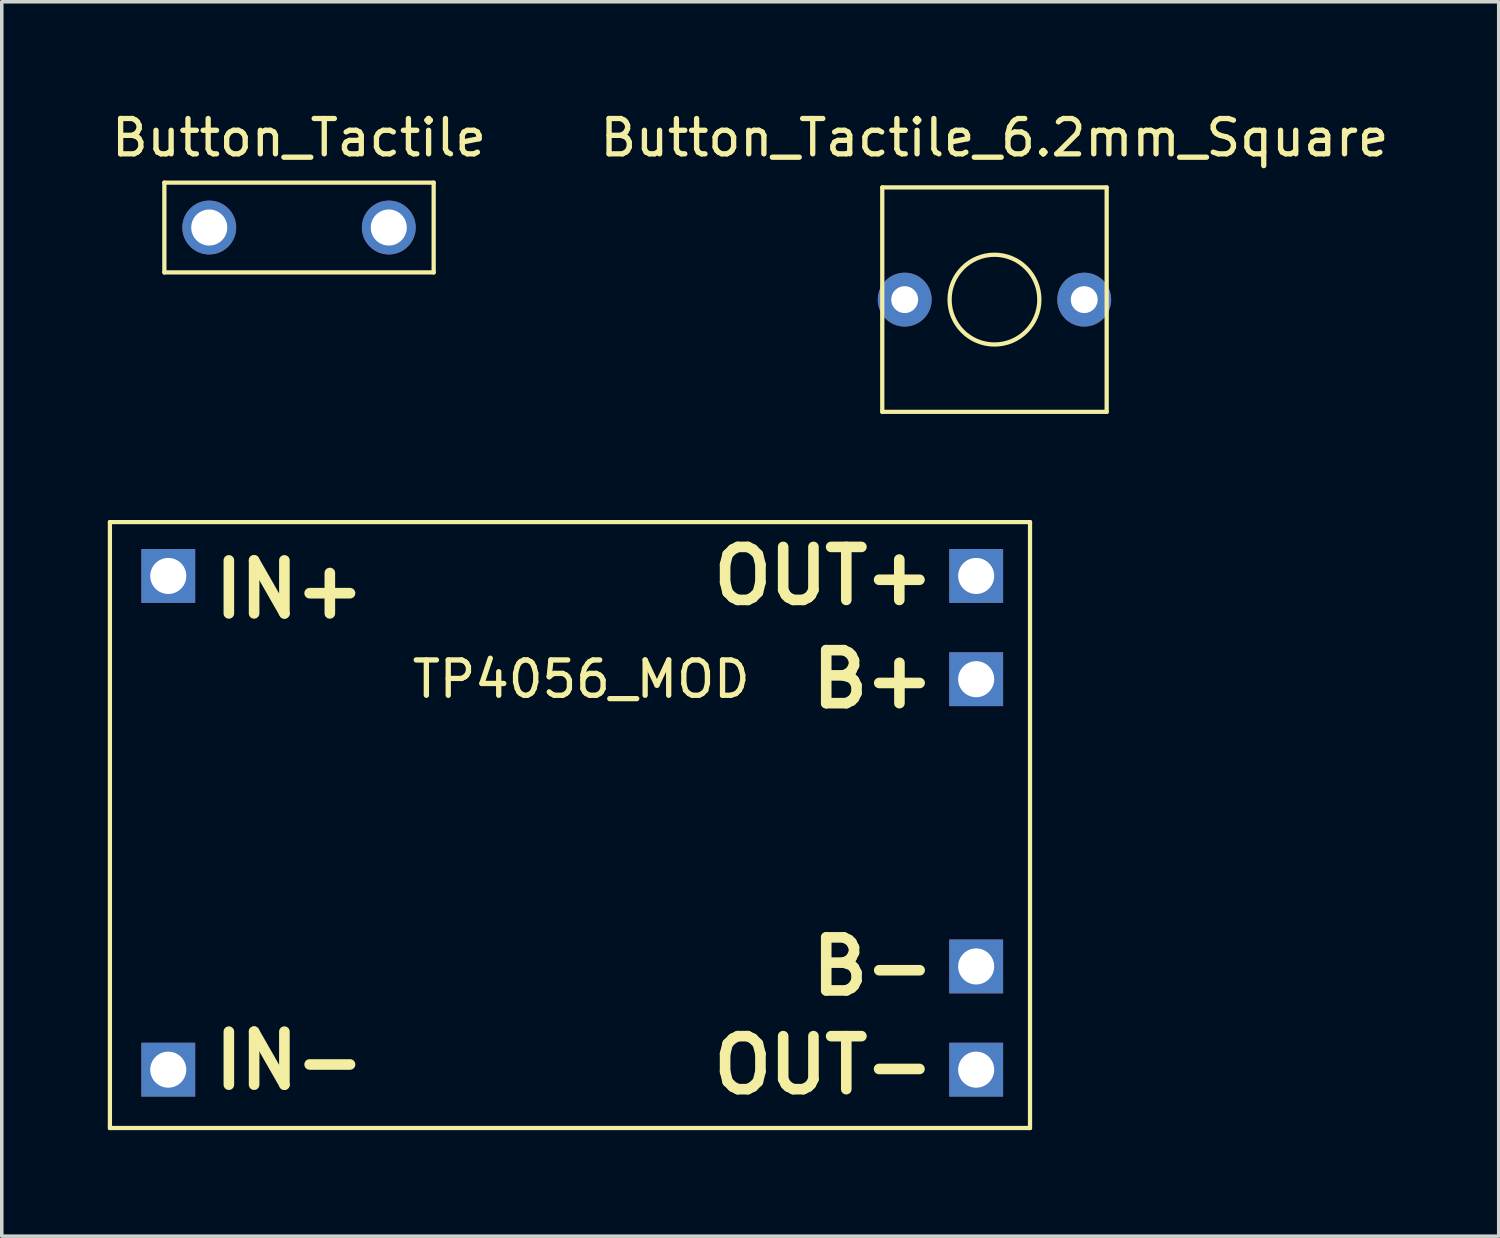
<source format=kicad_pcb>
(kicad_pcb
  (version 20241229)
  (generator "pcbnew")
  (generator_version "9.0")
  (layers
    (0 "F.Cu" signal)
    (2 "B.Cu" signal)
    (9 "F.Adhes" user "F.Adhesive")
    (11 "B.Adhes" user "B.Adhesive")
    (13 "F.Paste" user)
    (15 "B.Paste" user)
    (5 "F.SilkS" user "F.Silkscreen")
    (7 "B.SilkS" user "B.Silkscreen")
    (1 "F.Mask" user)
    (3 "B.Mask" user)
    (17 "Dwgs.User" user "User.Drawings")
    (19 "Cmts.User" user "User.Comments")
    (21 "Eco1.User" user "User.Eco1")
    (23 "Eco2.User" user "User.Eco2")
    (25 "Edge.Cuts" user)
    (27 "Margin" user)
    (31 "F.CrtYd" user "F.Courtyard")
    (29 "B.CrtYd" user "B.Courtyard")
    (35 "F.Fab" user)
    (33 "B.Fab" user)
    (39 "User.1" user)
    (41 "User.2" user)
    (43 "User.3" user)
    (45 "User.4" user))
  (footprint "TP4056_MOD"
    (layer "F.Cu")
    (at 8.95 16.168)
    (property "Reference" "TP4056_MOD" (at 4.445 0 0) (layer "F.SilkS") (effects (font (size 1 1) (thickness 0.15))))
    (attr through_hole)
    (fp_line (start -8.89 -4.445) (end 17.145 -4.445) (stroke (width 0.12) (type solid)) (layer "F.SilkS"))
    (fp_line (start -8.89 12.7) (end -8.89 -4.445) (stroke (width 0.12) (type solid)) (layer "F.SilkS"))
    (fp_line (start 17.145 -4.445) (end 17.145 12.7) (stroke (width 0.12) (type solid)) (layer "F.SilkS"))
    (fp_line (start 17.145 12.7) (end -8.89 12.7) (stroke (width 0.12) (type solid)) (layer "F.SilkS"))
    (fp_text user "IN+" (at -3.81 -2.54 0) (layer "F.SilkS") (effects (font (size 1.5 1.5) (thickness 0.3))))
    (fp_text user "OUT-" (at 11.303 10.922 0) (layer "F.SilkS") (effects (font (size 1.5 1.5) (thickness 0.3))))
    (fp_text user "OUT+" (at 11.303 -2.921 0) (layer "F.SilkS") (effects (font (size 1.5 1.5) (thickness 0.3))))
    (fp_text user "B+" (at 12.7 0 0) (layer "F.SilkS") (effects (font (size 1.5 1.5) (thickness 0.3))))
    (fp_text user "IN-" (at -3.81 10.795 0) (layer "F.SilkS") (effects (font (size 1.5 1.5) (thickness 0.3))))
    (fp_text user "B-" (at 12.7 8.128 0) (layer "F.SilkS") (effects (font (size 1.5 1.5) (thickness 0.3))))
    (pad "1" thru_hole rect (at 15.621 0) (size 1.524 1.524) (drill 1.02) (layers "*.Cu" "*.Mask"))
    (pad "2" thru_hole rect (at 15.621 8.128) (size 1.524 1.524) (drill 1.02) (layers "*.Cu" "*.Mask"))
    (pad "3" thru_hole rect (at 15.621 -2.921) (size 1.524 1.524) (drill 1.02) (layers "*.Cu" "*.Mask"))
    (pad "4" thru_hole rect (at 15.621 11.049) (size 1.524 1.524) (drill 1.02) (layers "*.Cu" "*.Mask"))
    (pad "5" thru_hole rect (at -7.239 -2.921) (size 1.524 1.524) (drill 1.02) (layers "*.Cu" "*.Mask"))
    (pad "6" thru_hole rect (at -7.239 11.049) (size 1.524 1.524) (drill 1.02) (layers "*.Cu" "*.Mask")))
  (footprint "Button_Tactile"
    (layer "F.Cu")
    (at 5.411 0.848)
    (property "Reference" "Button_Tactile" (at 0 0 0) (layer "F.SilkS") (effects (font (size 1 1) (thickness 0.15))))
    (attr through_hole)
    (fp_line (start -3.81 1.27) (end 3.81 1.27) (stroke (width 0.12) (type solid)) (layer "F.SilkS"))
    (fp_line (start -3.81 3.81) (end -3.81 1.27) (stroke (width 0.12) (type solid)) (layer "F.SilkS"))
    (fp_line (start 3.81 1.27) (end 3.81 3.81) (stroke (width 0.12) (type solid)) (layer "F.SilkS"))
    (fp_line (start 3.81 3.81) (end -3.81 3.81) (stroke (width 0.12) (type solid)) (layer "F.SilkS"))
    (pad "1" thru_hole circle (at -2.54 2.54) (size 1.524 1.524) (drill 1.02) (layers "*.Cu" "*.Mask"))
    (pad "2" thru_hole circle (at 2.54 2.54) (size 1.524 1.524) (drill 1.02) (layers "*.Cu" "*.Mask")))
  (footprint "Button_Tactile_6.2mm_Square"
    (layer "F.Cu")
    (at 25.089 0.348)
    (property "Reference" "Button_Tactile_6.2mm_Square" (at 0 0.5 0) (layer "F.SilkS") (effects (font (size 1 1) (thickness 0.15))))
    (attr through_hole)
    (fp_line (start -3.175 1.905) (end -3.175 8.255) (stroke (width 0.12) (type solid)) (layer "F.SilkS"))
    (fp_line (start -3.175 8.255) (end 3.175 8.255) (stroke (width 0.12) (type solid)) (layer "F.SilkS"))
    (fp_line (start 3.175 1.905) (end -3.175 1.905) (stroke (width 0.12) (type solid)) (layer "F.SilkS"))
    (fp_line (start 3.175 8.255) (end 3.175 1.905) (stroke (width 0.12) (type solid)) (layer "F.SilkS"))
    (fp_circle (center 0 5.08) (end 1.27 5.08) (stroke (width 0.12) (type solid)) (fill no) (layer "F.SilkS"))
    (pad "1" thru_hole circle (at -2.54 5.08) (size 1.524 1.524) (drill 0.762) (layers "*.Cu" "*.Mask"))
    (pad "2" thru_hole circle (at 2.54 5.08) (size 1.524 1.524) (drill 0.762) (layers "*.Cu" "*.Mask")))
  (gr_rect
    (start -3 -3)
    (end 39.357 31.928)
    (stroke (width 0.1) (type default))
    (fill no)
    (layer "Edge.Cuts")))
</source>
